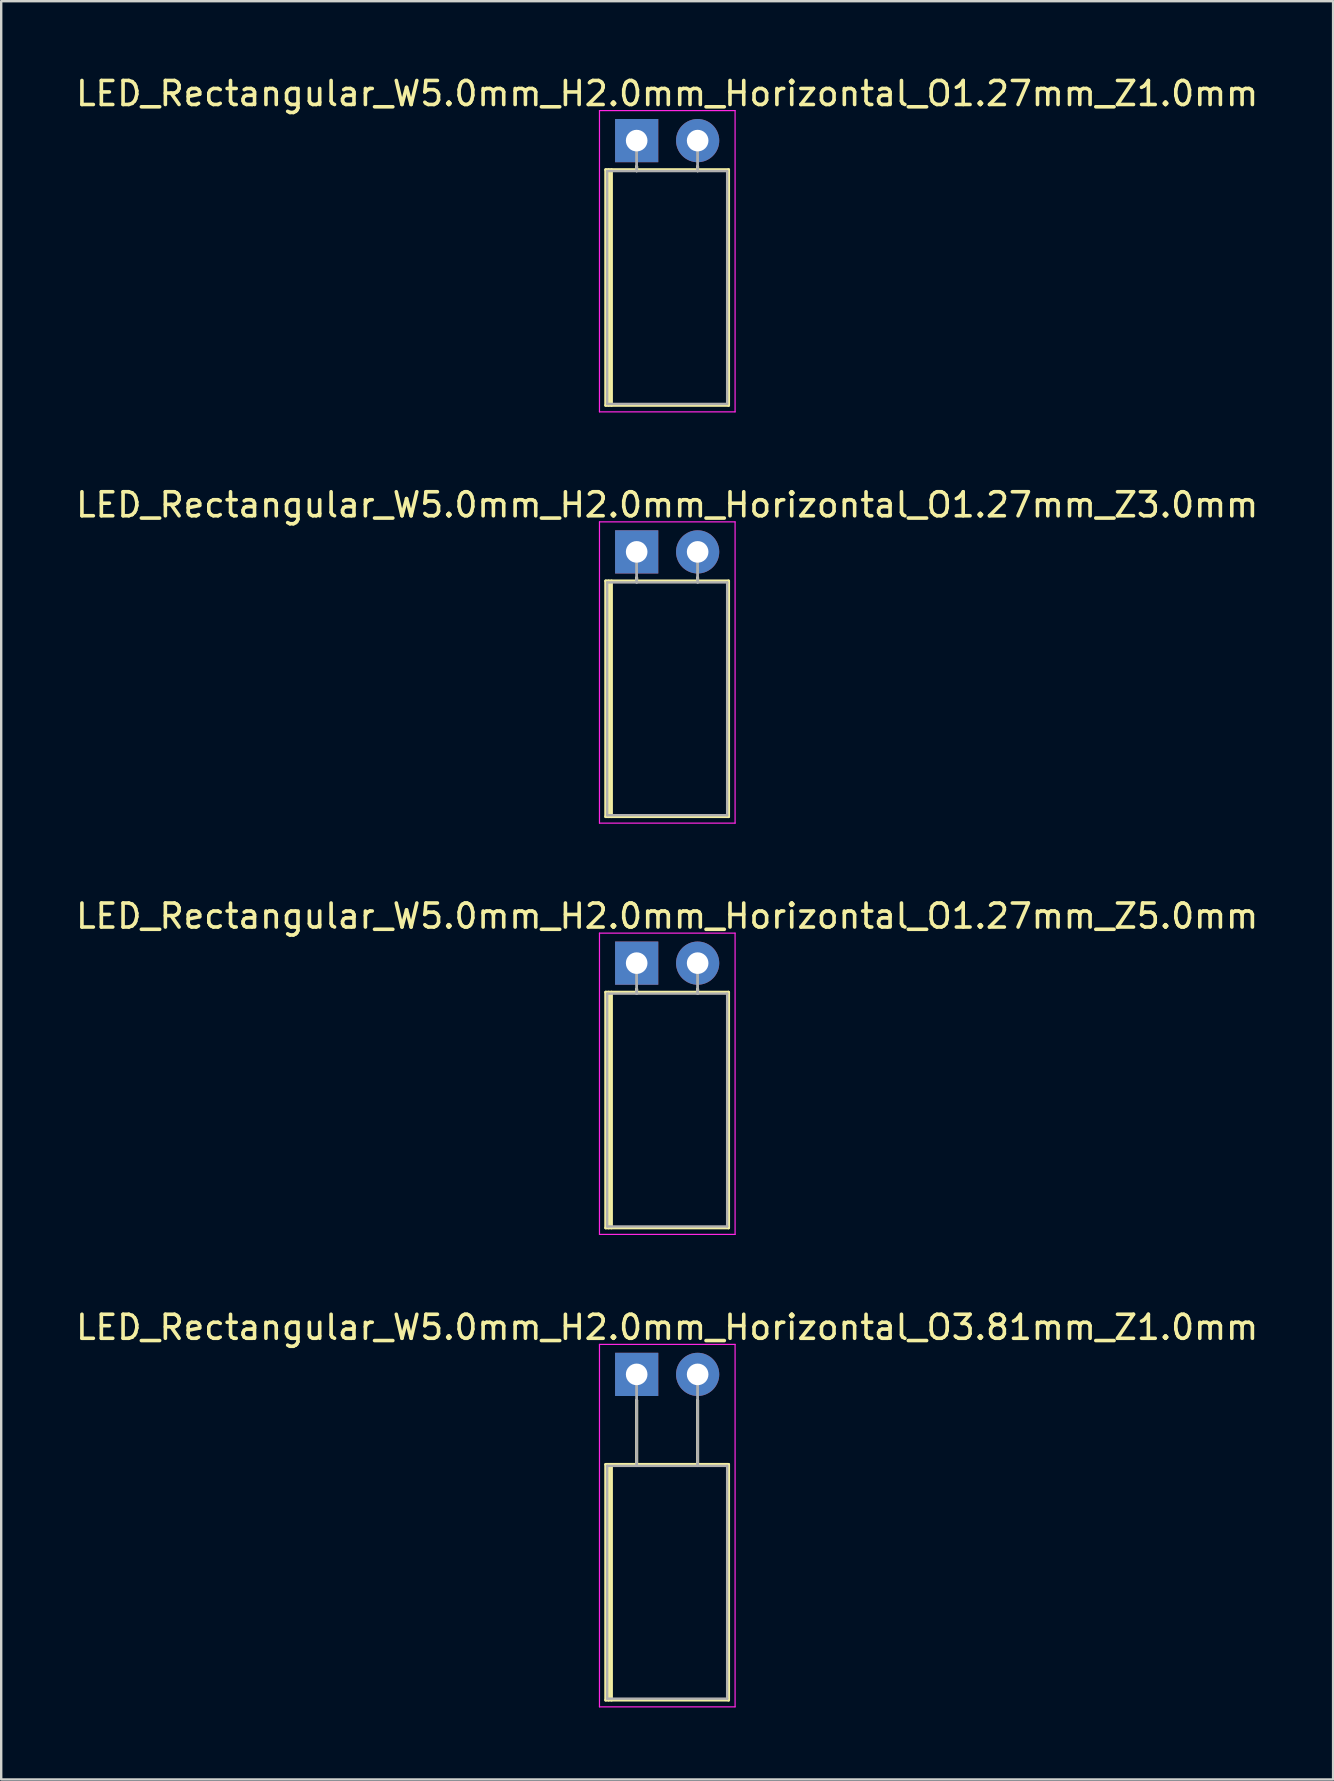
<source format=kicad_pcb>
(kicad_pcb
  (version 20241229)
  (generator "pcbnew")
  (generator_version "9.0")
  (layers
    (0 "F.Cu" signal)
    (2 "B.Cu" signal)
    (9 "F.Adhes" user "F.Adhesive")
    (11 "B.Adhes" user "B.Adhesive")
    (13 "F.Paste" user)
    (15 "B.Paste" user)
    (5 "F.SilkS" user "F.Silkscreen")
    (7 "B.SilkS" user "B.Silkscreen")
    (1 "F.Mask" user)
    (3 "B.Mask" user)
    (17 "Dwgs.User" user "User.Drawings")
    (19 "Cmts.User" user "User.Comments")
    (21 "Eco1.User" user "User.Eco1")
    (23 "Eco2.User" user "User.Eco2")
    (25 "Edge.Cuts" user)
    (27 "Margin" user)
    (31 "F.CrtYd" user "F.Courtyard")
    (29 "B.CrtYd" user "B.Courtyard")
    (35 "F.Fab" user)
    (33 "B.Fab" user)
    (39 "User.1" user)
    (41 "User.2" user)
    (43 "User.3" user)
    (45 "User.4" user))
  (footprint "LED_Rectangular_W5.0mm_H2.0mm_Horizontal_O1.27mm_Z1.0mm"
    (layer "F.Cu")
    (at 23.474 2.808)
    (property "Reference" "LED_Rectangular_W5.0mm_H2.0mm_Horizontal_O1.27mm_Z1.0mm" (at 1.27 -1.96 0) (layer "F.SilkS") (effects (font (size 1 1) (thickness 0.15))))
    (attr through_hole)
    (fp_line (start -1.29 1.21) (end -1.29 11.03) (stroke (width 0.12) (type solid)) (layer "F.SilkS"))
    (fp_line (start -1.29 11.03) (end 3.83 11.03) (stroke (width 0.12) (type solid)) (layer "F.SilkS"))
    (fp_line (start -1.17 1.21) (end -1.17 11.03) (stroke (width 0.12) (type solid)) (layer "F.SilkS"))
    (fp_line (start -1.05 1.21) (end -1.05 11.03) (stroke (width 0.12) (type solid)) (layer "F.SilkS"))
    (fp_line (start 0 1.08) (end 0 1.08) (stroke (width 0.12) (type solid)) (layer "F.SilkS"))
    (fp_line (start 0 1.08) (end 0 1.21) (stroke (width 0.12) (type solid)) (layer "F.SilkS"))
    (fp_line (start 0 1.21) (end 0 1.08) (stroke (width 0.12) (type solid)) (layer "F.SilkS"))
    (fp_line (start 0 1.21) (end 0 1.21) (stroke (width 0.12) (type solid)) (layer "F.SilkS"))
    (fp_line (start 2.54 1.08) (end 2.54 1.08) (stroke (width 0.12) (type solid)) (layer "F.SilkS"))
    (fp_line (start 2.54 1.08) (end 2.54 1.21) (stroke (width 0.12) (type solid)) (layer "F.SilkS"))
    (fp_line (start 2.54 1.21) (end 2.54 1.08) (stroke (width 0.12) (type solid)) (layer "F.SilkS"))
    (fp_line (start 2.54 1.21) (end 2.54 1.21) (stroke (width 0.12) (type solid)) (layer "F.SilkS"))
    (fp_line (start 3.83 1.21) (end -1.29 1.21) (stroke (width 0.12) (type solid)) (layer "F.SilkS"))
    (fp_line (start 3.83 11.03) (end 3.83 1.21) (stroke (width 0.12) (type solid)) (layer "F.SilkS"))
    (fp_line (start -1.55 -1.25) (end -1.55 11.3) (stroke (width 0.05) (type solid)) (layer "F.CrtYd"))
    (fp_line (start -1.55 11.3) (end 4.1 11.3) (stroke (width 0.05) (type solid)) (layer "F.CrtYd"))
    (fp_line (start 4.1 -1.25) (end -1.55 -1.25) (stroke (width 0.05) (type solid)) (layer "F.CrtYd"))
    (fp_line (start 4.1 11.3) (end 4.1 -1.25) (stroke (width 0.05) (type solid)) (layer "F.CrtYd"))
    (fp_line (start -1.23 1.27) (end -1.23 10.97) (stroke (width 0.1) (type solid)) (layer "F.Fab"))
    (fp_line (start -1.23 10.97) (end 3.77 10.97) (stroke (width 0.1) (type solid)) (layer "F.Fab"))
    (fp_line (start 0 0) (end 0 0) (stroke (width 0.1) (type solid)) (layer "F.Fab"))
    (fp_line (start 0 0) (end 0 1.27) (stroke (width 0.1) (type solid)) (layer "F.Fab"))
    (fp_line (start 0 1.27) (end 0 0) (stroke (width 0.1) (type solid)) (layer "F.Fab"))
    (fp_line (start 0 1.27) (end 0 1.27) (stroke (width 0.1) (type solid)) (layer "F.Fab"))
    (fp_line (start 2.54 0) (end 2.54 0) (stroke (width 0.1) (type solid)) (layer "F.Fab"))
    (fp_line (start 2.54 0) (end 2.54 1.27) (stroke (width 0.1) (type solid)) (layer "F.Fab"))
    (fp_line (start 2.54 1.27) (end 2.54 0) (stroke (width 0.1) (type solid)) (layer "F.Fab"))
    (fp_line (start 2.54 1.27) (end 2.54 1.27) (stroke (width 0.1) (type solid)) (layer "F.Fab"))
    (fp_line (start 3.77 1.27) (end -1.23 1.27) (stroke (width 0.1) (type solid)) (layer "F.Fab"))
    (fp_line (start 3.77 10.97) (end 3.77 1.27) (stroke (width 0.1) (type solid)) (layer "F.Fab"))
    (pad "1" thru_hole rect (at 0 0) (size 1.8 1.8) (drill 0.9) (layers "*.Cu" "*.Mask"))
    (pad "2" thru_hole circle (at 2.54 0) (size 1.8 1.8) (drill 0.9) (layers "*.Cu" "*.Mask")))
  (footprint "LED_Rectangular_W5.0mm_H2.0mm_Horizontal_O1.27mm_Z3.0mm"
    (layer "F.Cu")
    (at 23.474 19.942)
    (property "Reference" "LED_Rectangular_W5.0mm_H2.0mm_Horizontal_O1.27mm_Z3.0mm" (at 1.27 -1.96 0) (layer "F.SilkS") (effects (font (size 1 1) (thickness 0.15))))
    (attr through_hole)
    (fp_line (start -1.29 1.21) (end -1.29 11.03) (stroke (width 0.12) (type solid)) (layer "F.SilkS"))
    (fp_line (start -1.29 11.03) (end 3.83 11.03) (stroke (width 0.12) (type solid)) (layer "F.SilkS"))
    (fp_line (start -1.17 1.21) (end -1.17 11.03) (stroke (width 0.12) (type solid)) (layer "F.SilkS"))
    (fp_line (start -1.05 1.21) (end -1.05 11.03) (stroke (width 0.12) (type solid)) (layer "F.SilkS"))
    (fp_line (start 0 1.08) (end 0 1.08) (stroke (width 0.12) (type solid)) (layer "F.SilkS"))
    (fp_line (start 0 1.08) (end 0 1.21) (stroke (width 0.12) (type solid)) (layer "F.SilkS"))
    (fp_line (start 0 1.21) (end 0 1.08) (stroke (width 0.12) (type solid)) (layer "F.SilkS"))
    (fp_line (start 0 1.21) (end 0 1.21) (stroke (width 0.12) (type solid)) (layer "F.SilkS"))
    (fp_line (start 2.54 1.08) (end 2.54 1.08) (stroke (width 0.12) (type solid)) (layer "F.SilkS"))
    (fp_line (start 2.54 1.08) (end 2.54 1.21) (stroke (width 0.12) (type solid)) (layer "F.SilkS"))
    (fp_line (start 2.54 1.21) (end 2.54 1.08) (stroke (width 0.12) (type solid)) (layer "F.SilkS"))
    (fp_line (start 2.54 1.21) (end 2.54 1.21) (stroke (width 0.12) (type solid)) (layer "F.SilkS"))
    (fp_line (start 3.83 1.21) (end -1.29 1.21) (stroke (width 0.12) (type solid)) (layer "F.SilkS"))
    (fp_line (start 3.83 11.03) (end 3.83 1.21) (stroke (width 0.12) (type solid)) (layer "F.SilkS"))
    (fp_line (start -1.55 -1.25) (end -1.55 11.3) (stroke (width 0.05) (type solid)) (layer "F.CrtYd"))
    (fp_line (start -1.55 11.3) (end 4.1 11.3) (stroke (width 0.05) (type solid)) (layer "F.CrtYd"))
    (fp_line (start 4.1 -1.25) (end -1.55 -1.25) (stroke (width 0.05) (type solid)) (layer "F.CrtYd"))
    (fp_line (start 4.1 11.3) (end 4.1 -1.25) (stroke (width 0.05) (type solid)) (layer "F.CrtYd"))
    (fp_line (start -1.23 1.27) (end -1.23 10.97) (stroke (width 0.1) (type solid)) (layer "F.Fab"))
    (fp_line (start -1.23 10.97) (end 3.77 10.97) (stroke (width 0.1) (type solid)) (layer "F.Fab"))
    (fp_line (start 0 0) (end 0 0) (stroke (width 0.1) (type solid)) (layer "F.Fab"))
    (fp_line (start 0 0) (end 0 1.27) (stroke (width 0.1) (type solid)) (layer "F.Fab"))
    (fp_line (start 0 1.27) (end 0 0) (stroke (width 0.1) (type solid)) (layer "F.Fab"))
    (fp_line (start 0 1.27) (end 0 1.27) (stroke (width 0.1) (type solid)) (layer "F.Fab"))
    (fp_line (start 2.54 0) (end 2.54 0) (stroke (width 0.1) (type solid)) (layer "F.Fab"))
    (fp_line (start 2.54 0) (end 2.54 1.27) (stroke (width 0.1) (type solid)) (layer "F.Fab"))
    (fp_line (start 2.54 1.27) (end 2.54 0) (stroke (width 0.1) (type solid)) (layer "F.Fab"))
    (fp_line (start 2.54 1.27) (end 2.54 1.27) (stroke (width 0.1) (type solid)) (layer "F.Fab"))
    (fp_line (start 3.77 1.27) (end -1.23 1.27) (stroke (width 0.1) (type solid)) (layer "F.Fab"))
    (fp_line (start 3.77 10.97) (end 3.77 1.27) (stroke (width 0.1) (type solid)) (layer "F.Fab"))
    (pad "1" thru_hole rect (at 0 0) (size 1.8 1.8) (drill 0.9) (layers "*.Cu" "*.Mask"))
    (pad "2" thru_hole circle (at 2.54 0) (size 1.8 1.8) (drill 0.9) (layers "*.Cu" "*.Mask")))
  (footprint "LED_Rectangular_W5.0mm_H2.0mm_Horizontal_O3.81mm_Z1.0mm"
    (layer "F.Cu")
    (at 23.474 54.208)
    (property "Reference" "LED_Rectangular_W5.0mm_H2.0mm_Horizontal_O3.81mm_Z1.0mm" (at 1.27 -1.96 0) (layer "F.SilkS") (effects (font (size 1 1) (thickness 0.15))))
    (attr through_hole)
    (fp_line (start -1.29 3.75) (end -1.29 13.57) (stroke (width 0.12) (type solid)) (layer "F.SilkS"))
    (fp_line (start -1.29 13.57) (end 3.83 13.57) (stroke (width 0.12) (type solid)) (layer "F.SilkS"))
    (fp_line (start -1.17 3.75) (end -1.17 13.57) (stroke (width 0.12) (type solid)) (layer "F.SilkS"))
    (fp_line (start -1.05 3.75) (end -1.05 13.57) (stroke (width 0.12) (type solid)) (layer "F.SilkS"))
    (fp_line (start 0 1.08) (end 0 1.08) (stroke (width 0.12) (type solid)) (layer "F.SilkS"))
    (fp_line (start 0 1.08) (end 0 3.75) (stroke (width 0.12) (type solid)) (layer "F.SilkS"))
    (fp_line (start 0 3.75) (end 0 1.08) (stroke (width 0.12) (type solid)) (layer "F.SilkS"))
    (fp_line (start 0 3.75) (end 0 3.75) (stroke (width 0.12) (type solid)) (layer "F.SilkS"))
    (fp_line (start 2.54 1.08) (end 2.54 1.08) (stroke (width 0.12) (type solid)) (layer "F.SilkS"))
    (fp_line (start 2.54 1.08) (end 2.54 3.75) (stroke (width 0.12) (type solid)) (layer "F.SilkS"))
    (fp_line (start 2.54 3.75) (end 2.54 1.08) (stroke (width 0.12) (type solid)) (layer "F.SilkS"))
    (fp_line (start 2.54 3.75) (end 2.54 3.75) (stroke (width 0.12) (type solid)) (layer "F.SilkS"))
    (fp_line (start 3.83 3.75) (end -1.29 3.75) (stroke (width 0.12) (type solid)) (layer "F.SilkS"))
    (fp_line (start 3.83 13.57) (end 3.83 3.75) (stroke (width 0.12) (type solid)) (layer "F.SilkS"))
    (fp_line (start -1.55 -1.25) (end -1.55 13.85) (stroke (width 0.05) (type solid)) (layer "F.CrtYd"))
    (fp_line (start -1.55 13.85) (end 4.1 13.85) (stroke (width 0.05) (type solid)) (layer "F.CrtYd"))
    (fp_line (start 4.1 -1.25) (end -1.55 -1.25) (stroke (width 0.05) (type solid)) (layer "F.CrtYd"))
    (fp_line (start 4.1 13.85) (end 4.1 -1.25) (stroke (width 0.05) (type solid)) (layer "F.CrtYd"))
    (fp_line (start -1.23 3.81) (end -1.23 13.51) (stroke (width 0.1) (type solid)) (layer "F.Fab"))
    (fp_line (start -1.23 13.51) (end 3.77 13.51) (stroke (width 0.1) (type solid)) (layer "F.Fab"))
    (fp_line (start 0 0) (end 0 0) (stroke (width 0.1) (type solid)) (layer "F.Fab"))
    (fp_line (start 0 0) (end 0 3.81) (stroke (width 0.1) (type solid)) (layer "F.Fab"))
    (fp_line (start 0 3.81) (end 0 0) (stroke (width 0.1) (type solid)) (layer "F.Fab"))
    (fp_line (start 0 3.81) (end 0 3.81) (stroke (width 0.1) (type solid)) (layer "F.Fab"))
    (fp_line (start 2.54 0) (end 2.54 0) (stroke (width 0.1) (type solid)) (layer "F.Fab"))
    (fp_line (start 2.54 0) (end 2.54 3.81) (stroke (width 0.1) (type solid)) (layer "F.Fab"))
    (fp_line (start 2.54 3.81) (end 2.54 0) (stroke (width 0.1) (type solid)) (layer "F.Fab"))
    (fp_line (start 2.54 3.81) (end 2.54 3.81) (stroke (width 0.1) (type solid)) (layer "F.Fab"))
    (fp_line (start 3.77 3.81) (end -1.23 3.81) (stroke (width 0.1) (type solid)) (layer "F.Fab"))
    (fp_line (start 3.77 13.51) (end 3.77 3.81) (stroke (width 0.1) (type solid)) (layer "F.Fab"))
    (pad "1" thru_hole rect (at 0 0) (size 1.8 1.8) (drill 0.9) (layers "*.Cu" "*.Mask"))
    (pad "2" thru_hole circle (at 2.54 0) (size 1.8 1.8) (drill 0.9) (layers "*.Cu" "*.Mask")))
  (footprint "LED_Rectangular_W5.0mm_H2.0mm_Horizontal_O1.27mm_Z5.0mm"
    (layer "F.Cu")
    (at 23.474 37.075)
    (property "Reference" "LED_Rectangular_W5.0mm_H2.0mm_Horizontal_O1.27mm_Z5.0mm" (at 1.27 -1.96 0) (layer "F.SilkS") (effects (font (size 1 1) (thickness 0.15))))
    (attr through_hole)
    (fp_line (start -1.29 1.21) (end -1.29 11.03) (stroke (width 0.12) (type solid)) (layer "F.SilkS"))
    (fp_line (start -1.29 11.03) (end 3.83 11.03) (stroke (width 0.12) (type solid)) (layer "F.SilkS"))
    (fp_line (start -1.17 1.21) (end -1.17 11.03) (stroke (width 0.12) (type solid)) (layer "F.SilkS"))
    (fp_line (start -1.05 1.21) (end -1.05 11.03) (stroke (width 0.12) (type solid)) (layer "F.SilkS"))
    (fp_line (start 0 1.08) (end 0 1.08) (stroke (width 0.12) (type solid)) (layer "F.SilkS"))
    (fp_line (start 0 1.08) (end 0 1.21) (stroke (width 0.12) (type solid)) (layer "F.SilkS"))
    (fp_line (start 0 1.21) (end 0 1.08) (stroke (width 0.12) (type solid)) (layer "F.SilkS"))
    (fp_line (start 0 1.21) (end 0 1.21) (stroke (width 0.12) (type solid)) (layer "F.SilkS"))
    (fp_line (start 2.54 1.08) (end 2.54 1.08) (stroke (width 0.12) (type solid)) (layer "F.SilkS"))
    (fp_line (start 2.54 1.08) (end 2.54 1.21) (stroke (width 0.12) (type solid)) (layer "F.SilkS"))
    (fp_line (start 2.54 1.21) (end 2.54 1.08) (stroke (width 0.12) (type solid)) (layer "F.SilkS"))
    (fp_line (start 2.54 1.21) (end 2.54 1.21) (stroke (width 0.12) (type solid)) (layer "F.SilkS"))
    (fp_line (start 3.83 1.21) (end -1.29 1.21) (stroke (width 0.12) (type solid)) (layer "F.SilkS"))
    (fp_line (start 3.83 11.03) (end 3.83 1.21) (stroke (width 0.12) (type solid)) (layer "F.SilkS"))
    (fp_line (start -1.55 -1.25) (end -1.55 11.3) (stroke (width 0.05) (type solid)) (layer "F.CrtYd"))
    (fp_line (start -1.55 11.3) (end 4.1 11.3) (stroke (width 0.05) (type solid)) (layer "F.CrtYd"))
    (fp_line (start 4.1 -1.25) (end -1.55 -1.25) (stroke (width 0.05) (type solid)) (layer "F.CrtYd"))
    (fp_line (start 4.1 11.3) (end 4.1 -1.25) (stroke (width 0.05) (type solid)) (layer "F.CrtYd"))
    (fp_line (start -1.23 1.27) (end -1.23 10.97) (stroke (width 0.1) (type solid)) (layer "F.Fab"))
    (fp_line (start -1.23 10.97) (end 3.77 10.97) (stroke (width 0.1) (type solid)) (layer "F.Fab"))
    (fp_line (start 0 0) (end 0 0) (stroke (width 0.1) (type solid)) (layer "F.Fab"))
    (fp_line (start 0 0) (end 0 1.27) (stroke (width 0.1) (type solid)) (layer "F.Fab"))
    (fp_line (start 0 1.27) (end 0 0) (stroke (width 0.1) (type solid)) (layer "F.Fab"))
    (fp_line (start 0 1.27) (end 0 1.27) (stroke (width 0.1) (type solid)) (layer "F.Fab"))
    (fp_line (start 2.54 0) (end 2.54 0) (stroke (width 0.1) (type solid)) (layer "F.Fab"))
    (fp_line (start 2.54 0) (end 2.54 1.27) (stroke (width 0.1) (type solid)) (layer "F.Fab"))
    (fp_line (start 2.54 1.27) (end 2.54 0) (stroke (width 0.1) (type solid)) (layer "F.Fab"))
    (fp_line (start 2.54 1.27) (end 2.54 1.27) (stroke (width 0.1) (type solid)) (layer "F.Fab"))
    (fp_line (start 3.77 1.27) (end -1.23 1.27) (stroke (width 0.1) (type solid)) (layer "F.Fab"))
    (fp_line (start 3.77 10.97) (end 3.77 1.27) (stroke (width 0.1) (type solid)) (layer "F.Fab"))
    (pad "1" thru_hole rect (at 0 0) (size 1.8 1.8) (drill 0.9) (layers "*.Cu" "*.Mask"))
    (pad "2" thru_hole circle (at 2.54 0) (size 1.8 1.8) (drill 0.9) (layers "*.Cu" "*.Mask")))
  (gr_rect
    (start -3 -3)
    (end 52.488 71.083)
    (stroke (width 0.1) (type default))
    (fill no)
    (layer "Edge.Cuts")))
</source>
